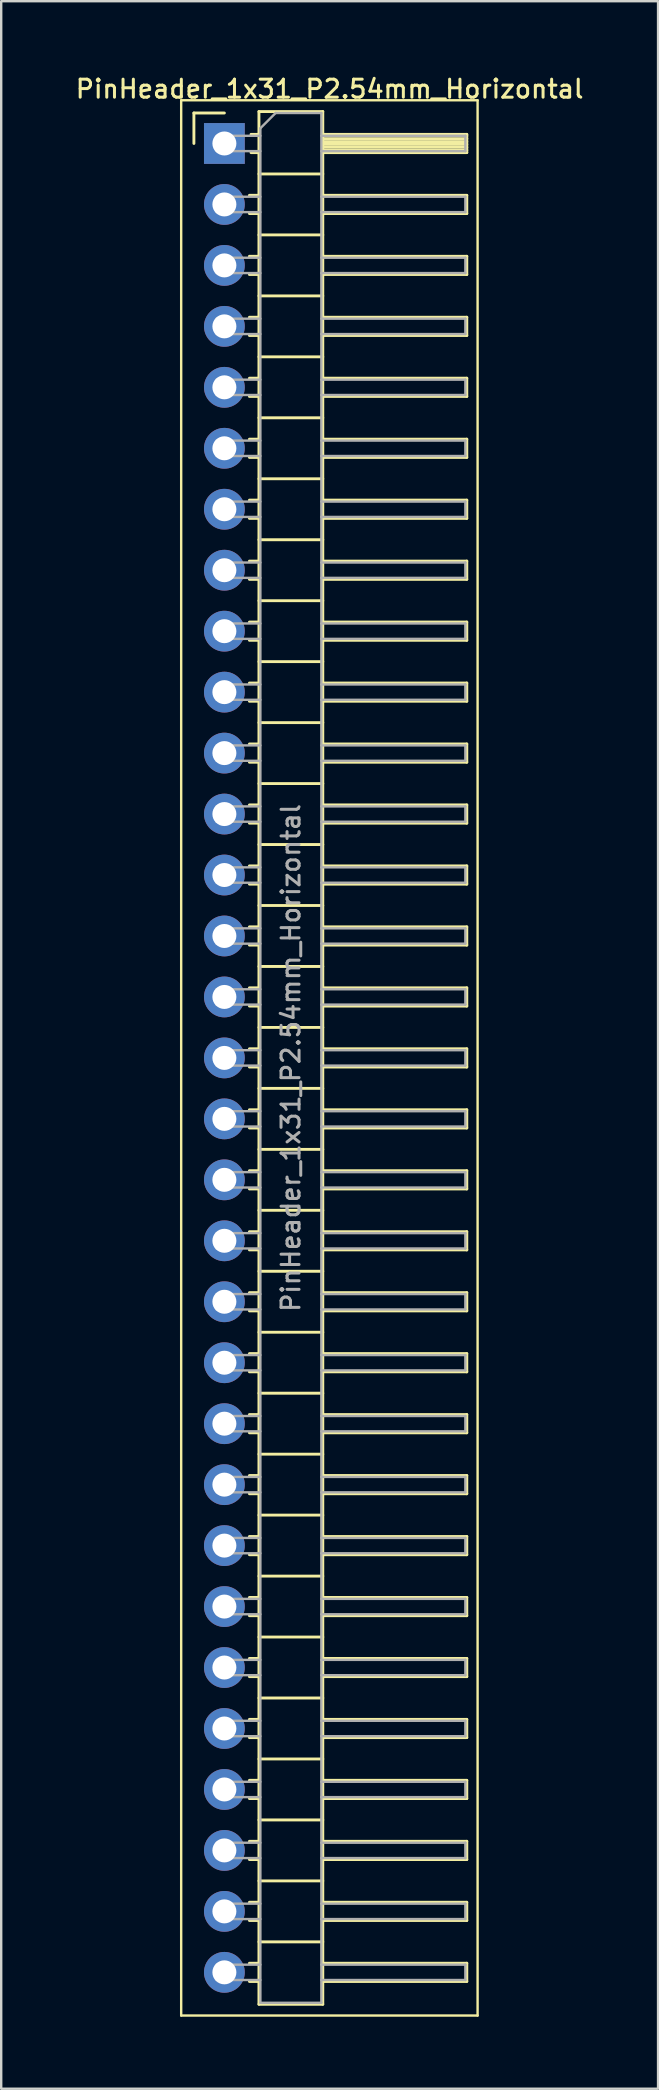
<source format=kicad_pcb>
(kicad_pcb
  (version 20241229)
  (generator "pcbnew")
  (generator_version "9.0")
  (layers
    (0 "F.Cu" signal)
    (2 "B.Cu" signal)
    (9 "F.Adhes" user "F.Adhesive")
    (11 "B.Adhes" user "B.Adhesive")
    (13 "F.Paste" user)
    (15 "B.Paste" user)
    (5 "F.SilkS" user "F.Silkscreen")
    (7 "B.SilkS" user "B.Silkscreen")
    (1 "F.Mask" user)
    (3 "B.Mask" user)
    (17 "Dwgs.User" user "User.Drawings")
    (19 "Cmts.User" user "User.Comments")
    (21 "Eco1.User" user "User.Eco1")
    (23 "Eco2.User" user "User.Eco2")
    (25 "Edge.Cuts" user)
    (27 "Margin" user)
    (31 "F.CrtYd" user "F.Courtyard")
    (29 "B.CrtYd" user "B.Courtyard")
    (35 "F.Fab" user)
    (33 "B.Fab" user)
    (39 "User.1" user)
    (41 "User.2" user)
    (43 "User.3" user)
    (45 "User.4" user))
  (footprint "PinHeader_1x31_P2.54mm_Horizontal"
    (layer "F.Cu")
    (at 6.299 2.928)
    (property "Reference" "PinHeader_1x31_P2.54mm_Horizontal" (at 4.385 -2.27 0) (layer "F.SilkS") (effects (font (size 0.75 0.75) (thickness 0.125))))
    (attr through_hole)
    (fp_line (start -1.8 -1.8) (end -1.8 78) (stroke (width 0.1) (type solid)) (layer "F.SilkS"))
    (fp_line (start -1.8 78) (end 10.55 78) (stroke (width 0.1) (type solid)) (layer "F.SilkS"))
    (fp_line (start -1.27 -1.27) (end 0 -1.27) (stroke (width 0.12) (type solid)) (layer "F.SilkS"))
    (fp_line (start -1.27 0) (end -1.27 -1.27) (stroke (width 0.12) (type solid)) (layer "F.SilkS"))
    (fp_line (start 1.043 2.16) (end 1.44 2.16) (stroke (width 0.12) (type solid)) (layer "F.SilkS"))
    (fp_line (start 1.043 2.92) (end 1.44 2.92) (stroke (width 0.12) (type solid)) (layer "F.SilkS"))
    (fp_line (start 1.043 4.7) (end 1.44 4.7) (stroke (width 0.12) (type solid)) (layer "F.SilkS"))
    (fp_line (start 1.043 5.46) (end 1.44 5.46) (stroke (width 0.12) (type solid)) (layer "F.SilkS"))
    (fp_line (start 1.043 7.24) (end 1.44 7.24) (stroke (width 0.12) (type solid)) (layer "F.SilkS"))
    (fp_line (start 1.043 8) (end 1.44 8) (stroke (width 0.12) (type solid)) (layer "F.SilkS"))
    (fp_line (start 1.043 9.78) (end 1.44 9.78) (stroke (width 0.12) (type solid)) (layer "F.SilkS"))
    (fp_line (start 1.043 10.54) (end 1.44 10.54) (stroke (width 0.12) (type solid)) (layer "F.SilkS"))
    (fp_line (start 1.043 12.32) (end 1.44 12.32) (stroke (width 0.12) (type solid)) (layer "F.SilkS"))
    (fp_line (start 1.043 13.08) (end 1.44 13.08) (stroke (width 0.12) (type solid)) (layer "F.SilkS"))
    (fp_line (start 1.043 14.86) (end 1.44 14.86) (stroke (width 0.12) (type solid)) (layer "F.SilkS"))
    (fp_line (start 1.043 15.62) (end 1.44 15.62) (stroke (width 0.12) (type solid)) (layer "F.SilkS"))
    (fp_line (start 1.043 17.4) (end 1.44 17.4) (stroke (width 0.12) (type solid)) (layer "F.SilkS"))
    (fp_line (start 1.043 18.16) (end 1.44 18.16) (stroke (width 0.12) (type solid)) (layer "F.SilkS"))
    (fp_line (start 1.043 19.94) (end 1.44 19.94) (stroke (width 0.12) (type solid)) (layer "F.SilkS"))
    (fp_line (start 1.043 20.7) (end 1.44 20.7) (stroke (width 0.12) (type solid)) (layer "F.SilkS"))
    (fp_line (start 1.043 22.48) (end 1.44 22.48) (stroke (width 0.12) (type solid)) (layer "F.SilkS"))
    (fp_line (start 1.043 23.24) (end 1.44 23.24) (stroke (width 0.12) (type solid)) (layer "F.SilkS"))
    (fp_line (start 1.043 25.02) (end 1.44 25.02) (stroke (width 0.12) (type solid)) (layer "F.SilkS"))
    (fp_line (start 1.043 25.78) (end 1.44 25.78) (stroke (width 0.12) (type solid)) (layer "F.SilkS"))
    (fp_line (start 1.043 27.56) (end 1.44 27.56) (stroke (width 0.12) (type solid)) (layer "F.SilkS"))
    (fp_line (start 1.043 28.32) (end 1.44 28.32) (stroke (width 0.12) (type solid)) (layer "F.SilkS"))
    (fp_line (start 1.043 30.1) (end 1.44 30.1) (stroke (width 0.12) (type solid)) (layer "F.SilkS"))
    (fp_line (start 1.043 30.86) (end 1.44 30.86) (stroke (width 0.12) (type solid)) (layer "F.SilkS"))
    (fp_line (start 1.043 32.64) (end 1.44 32.64) (stroke (width 0.12) (type solid)) (layer "F.SilkS"))
    (fp_line (start 1.043 33.4) (end 1.44 33.4) (stroke (width 0.12) (type solid)) (layer "F.SilkS"))
    (fp_line (start 1.043 35.18) (end 1.44 35.18) (stroke (width 0.12) (type solid)) (layer "F.SilkS"))
    (fp_line (start 1.043 35.94) (end 1.44 35.94) (stroke (width 0.12) (type solid)) (layer "F.SilkS"))
    (fp_line (start 1.043 37.72) (end 1.44 37.72) (stroke (width 0.12) (type solid)) (layer "F.SilkS"))
    (fp_line (start 1.043 38.48) (end 1.44 38.48) (stroke (width 0.12) (type solid)) (layer "F.SilkS"))
    (fp_line (start 1.043 40.26) (end 1.44 40.26) (stroke (width 0.12) (type solid)) (layer "F.SilkS"))
    (fp_line (start 1.043 41.02) (end 1.44 41.02) (stroke (width 0.12) (type solid)) (layer "F.SilkS"))
    (fp_line (start 1.043 42.8) (end 1.44 42.8) (stroke (width 0.12) (type solid)) (layer "F.SilkS"))
    (fp_line (start 1.043 43.56) (end 1.44 43.56) (stroke (width 0.12) (type solid)) (layer "F.SilkS"))
    (fp_line (start 1.043 45.34) (end 1.44 45.34) (stroke (width 0.12) (type solid)) (layer "F.SilkS"))
    (fp_line (start 1.043 46.1) (end 1.44 46.1) (stroke (width 0.12) (type solid)) (layer "F.SilkS"))
    (fp_line (start 1.043 47.88) (end 1.44 47.88) (stroke (width 0.12) (type solid)) (layer "F.SilkS"))
    (fp_line (start 1.043 48.64) (end 1.44 48.64) (stroke (width 0.12) (type solid)) (layer "F.SilkS"))
    (fp_line (start 1.043 50.42) (end 1.44 50.42) (stroke (width 0.12) (type solid)) (layer "F.SilkS"))
    (fp_line (start 1.043 51.18) (end 1.44 51.18) (stroke (width 0.12) (type solid)) (layer "F.SilkS"))
    (fp_line (start 1.043 52.96) (end 1.44 52.96) (stroke (width 0.12) (type solid)) (layer "F.SilkS"))
    (fp_line (start 1.043 53.72) (end 1.44 53.72) (stroke (width 0.12) (type solid)) (layer "F.SilkS"))
    (fp_line (start 1.043 55.5) (end 1.44 55.5) (stroke (width 0.12) (type solid)) (layer "F.SilkS"))
    (fp_line (start 1.043 56.26) (end 1.44 56.26) (stroke (width 0.12) (type solid)) (layer "F.SilkS"))
    (fp_line (start 1.043 58.04) (end 1.44 58.04) (stroke (width 0.12) (type solid)) (layer "F.SilkS"))
    (fp_line (start 1.043 58.8) (end 1.44 58.8) (stroke (width 0.12) (type solid)) (layer "F.SilkS"))
    (fp_line (start 1.043 60.58) (end 1.44 60.58) (stroke (width 0.12) (type solid)) (layer "F.SilkS"))
    (fp_line (start 1.043 61.34) (end 1.44 61.34) (stroke (width 0.12) (type solid)) (layer "F.SilkS"))
    (fp_line (start 1.043 63.12) (end 1.44 63.12) (stroke (width 0.12) (type solid)) (layer "F.SilkS"))
    (fp_line (start 1.043 63.88) (end 1.44 63.88) (stroke (width 0.12) (type solid)) (layer "F.SilkS"))
    (fp_line (start 1.043 65.66) (end 1.44 65.66) (stroke (width 0.12) (type solid)) (layer "F.SilkS"))
    (fp_line (start 1.043 66.42) (end 1.44 66.42) (stroke (width 0.12) (type solid)) (layer "F.SilkS"))
    (fp_line (start 1.043 68.2) (end 1.44 68.2) (stroke (width 0.12) (type solid)) (layer "F.SilkS"))
    (fp_line (start 1.043 68.96) (end 1.44 68.96) (stroke (width 0.12) (type solid)) (layer "F.SilkS"))
    (fp_line (start 1.043 70.74) (end 1.44 70.74) (stroke (width 0.12) (type solid)) (layer "F.SilkS"))
    (fp_line (start 1.043 71.5) (end 1.44 71.5) (stroke (width 0.12) (type solid)) (layer "F.SilkS"))
    (fp_line (start 1.043 73.28) (end 1.44 73.28) (stroke (width 0.12) (type solid)) (layer "F.SilkS"))
    (fp_line (start 1.043 74.04) (end 1.44 74.04) (stroke (width 0.12) (type solid)) (layer "F.SilkS"))
    (fp_line (start 1.043 75.82) (end 1.44 75.82) (stroke (width 0.12) (type solid)) (layer "F.SilkS"))
    (fp_line (start 1.043 76.58) (end 1.44 76.58) (stroke (width 0.12) (type solid)) (layer "F.SilkS"))
    (fp_line (start 1.11 -0.38) (end 1.44 -0.38) (stroke (width 0.12) (type solid)) (layer "F.SilkS"))
    (fp_line (start 1.11 0.38) (end 1.44 0.38) (stroke (width 0.12) (type solid)) (layer "F.SilkS"))
    (fp_line (start 1.44 -1.33) (end 1.44 77.53) (stroke (width 0.12) (type solid)) (layer "F.SilkS"))
    (fp_line (start 1.44 1.27) (end 4.1 1.27) (stroke (width 0.12) (type solid)) (layer "F.SilkS"))
    (fp_line (start 1.44 3.81) (end 4.1 3.81) (stroke (width 0.12) (type solid)) (layer "F.SilkS"))
    (fp_line (start 1.44 6.35) (end 4.1 6.35) (stroke (width 0.12) (type solid)) (layer "F.SilkS"))
    (fp_line (start 1.44 8.89) (end 4.1 8.89) (stroke (width 0.12) (type solid)) (layer "F.SilkS"))
    (fp_line (start 1.44 11.43) (end 4.1 11.43) (stroke (width 0.12) (type solid)) (layer "F.SilkS"))
    (fp_line (start 1.44 13.97) (end 4.1 13.97) (stroke (width 0.12) (type solid)) (layer "F.SilkS"))
    (fp_line (start 1.44 16.51) (end 4.1 16.51) (stroke (width 0.12) (type solid)) (layer "F.SilkS"))
    (fp_line (start 1.44 19.05) (end 4.1 19.05) (stroke (width 0.12) (type solid)) (layer "F.SilkS"))
    (fp_line (start 1.44 21.59) (end 4.1 21.59) (stroke (width 0.12) (type solid)) (layer "F.SilkS"))
    (fp_line (start 1.44 24.13) (end 4.1 24.13) (stroke (width 0.12) (type solid)) (layer "F.SilkS"))
    (fp_line (start 1.44 26.67) (end 4.1 26.67) (stroke (width 0.12) (type solid)) (layer "F.SilkS"))
    (fp_line (start 1.44 29.21) (end 4.1 29.21) (stroke (width 0.12) (type solid)) (layer "F.SilkS"))
    (fp_line (start 1.44 31.75) (end 4.1 31.75) (stroke (width 0.12) (type solid)) (layer "F.SilkS"))
    (fp_line (start 1.44 34.29) (end 4.1 34.29) (stroke (width 0.12) (type solid)) (layer "F.SilkS"))
    (fp_line (start 1.44 36.83) (end 4.1 36.83) (stroke (width 0.12) (type solid)) (layer "F.SilkS"))
    (fp_line (start 1.44 39.37) (end 4.1 39.37) (stroke (width 0.12) (type solid)) (layer "F.SilkS"))
    (fp_line (start 1.44 41.91) (end 4.1 41.91) (stroke (width 0.12) (type solid)) (layer "F.SilkS"))
    (fp_line (start 1.44 44.45) (end 4.1 44.45) (stroke (width 0.12) (type solid)) (layer "F.SilkS"))
    (fp_line (start 1.44 46.99) (end 4.1 46.99) (stroke (width 0.12) (type solid)) (layer "F.SilkS"))
    (fp_line (start 1.44 49.53) (end 4.1 49.53) (stroke (width 0.12) (type solid)) (layer "F.SilkS"))
    (fp_line (start 1.44 52.07) (end 4.1 52.07) (stroke (width 0.12) (type solid)) (layer "F.SilkS"))
    (fp_line (start 1.44 54.61) (end 4.1 54.61) (stroke (width 0.12) (type solid)) (layer "F.SilkS"))
    (fp_line (start 1.44 57.15) (end 4.1 57.15) (stroke (width 0.12) (type solid)) (layer "F.SilkS"))
    (fp_line (start 1.44 59.69) (end 4.1 59.69) (stroke (width 0.12) (type solid)) (layer "F.SilkS"))
    (fp_line (start 1.44 62.23) (end 4.1 62.23) (stroke (width 0.12) (type solid)) (layer "F.SilkS"))
    (fp_line (start 1.44 64.77) (end 4.1 64.77) (stroke (width 0.12) (type solid)) (layer "F.SilkS"))
    (fp_line (start 1.44 67.31) (end 4.1 67.31) (stroke (width 0.12) (type solid)) (layer "F.SilkS"))
    (fp_line (start 1.44 69.85) (end 4.1 69.85) (stroke (width 0.12) (type solid)) (layer "F.SilkS"))
    (fp_line (start 1.44 72.39) (end 4.1 72.39) (stroke (width 0.12) (type solid)) (layer "F.SilkS"))
    (fp_line (start 1.44 74.93) (end 4.1 74.93) (stroke (width 0.12) (type solid)) (layer "F.SilkS"))
    (fp_line (start 1.44 77.53) (end 4.1 77.53) (stroke (width 0.12) (type solid)) (layer "F.SilkS"))
    (fp_line (start 4.1 -1.33) (end 1.44 -1.33) (stroke (width 0.12) (type solid)) (layer "F.SilkS"))
    (fp_line (start 4.1 -0.38) (end 10.1 -0.38) (stroke (width 0.12) (type solid)) (layer "F.SilkS"))
    (fp_line (start 4.1 -0.32) (end 10.1 -0.32) (stroke (width 0.12) (type solid)) (layer "F.SilkS"))
    (fp_line (start 4.1 -0.2) (end 10.1 -0.2) (stroke (width 0.12) (type solid)) (layer "F.SilkS"))
    (fp_line (start 4.1 -0.08) (end 10.1 -0.08) (stroke (width 0.12) (type solid)) (layer "F.SilkS"))
    (fp_line (start 4.1 0.04) (end 10.1 0.04) (stroke (width 0.12) (type solid)) (layer "F.SilkS"))
    (fp_line (start 4.1 0.16) (end 10.1 0.16) (stroke (width 0.12) (type solid)) (layer "F.SilkS"))
    (fp_line (start 4.1 0.28) (end 10.1 0.28) (stroke (width 0.12) (type solid)) (layer "F.SilkS"))
    (fp_line (start 4.1 2.16) (end 10.1 2.16) (stroke (width 0.12) (type solid)) (layer "F.SilkS"))
    (fp_line (start 4.1 4.7) (end 10.1 4.7) (stroke (width 0.12) (type solid)) (layer "F.SilkS"))
    (fp_line (start 4.1 7.24) (end 10.1 7.24) (stroke (width 0.12) (type solid)) (layer "F.SilkS"))
    (fp_line (start 4.1 9.78) (end 10.1 9.78) (stroke (width 0.12) (type solid)) (layer "F.SilkS"))
    (fp_line (start 4.1 12.32) (end 10.1 12.32) (stroke (width 0.12) (type solid)) (layer "F.SilkS"))
    (fp_line (start 4.1 14.86) (end 10.1 14.86) (stroke (width 0.12) (type solid)) (layer "F.SilkS"))
    (fp_line (start 4.1 17.4) (end 10.1 17.4) (stroke (width 0.12) (type solid)) (layer "F.SilkS"))
    (fp_line (start 4.1 19.94) (end 10.1 19.94) (stroke (width 0.12) (type solid)) (layer "F.SilkS"))
    (fp_line (start 4.1 22.48) (end 10.1 22.48) (stroke (width 0.12) (type solid)) (layer "F.SilkS"))
    (fp_line (start 4.1 25.02) (end 10.1 25.02) (stroke (width 0.12) (type solid)) (layer "F.SilkS"))
    (fp_line (start 4.1 27.56) (end 10.1 27.56) (stroke (width 0.12) (type solid)) (layer "F.SilkS"))
    (fp_line (start 4.1 30.1) (end 10.1 30.1) (stroke (width 0.12) (type solid)) (layer "F.SilkS"))
    (fp_line (start 4.1 32.64) (end 10.1 32.64) (stroke (width 0.12) (type solid)) (layer "F.SilkS"))
    (fp_line (start 4.1 35.18) (end 10.1 35.18) (stroke (width 0.12) (type solid)) (layer "F.SilkS"))
    (fp_line (start 4.1 37.72) (end 10.1 37.72) (stroke (width 0.12) (type solid)) (layer "F.SilkS"))
    (fp_line (start 4.1 40.26) (end 10.1 40.26) (stroke (width 0.12) (type solid)) (layer "F.SilkS"))
    (fp_line (start 4.1 42.8) (end 10.1 42.8) (stroke (width 0.12) (type solid)) (layer "F.SilkS"))
    (fp_line (start 4.1 45.34) (end 10.1 45.34) (stroke (width 0.12) (type solid)) (layer "F.SilkS"))
    (fp_line (start 4.1 47.88) (end 10.1 47.88) (stroke (width 0.12) (type solid)) (layer "F.SilkS"))
    (fp_line (start 4.1 50.42) (end 10.1 50.42) (stroke (width 0.12) (type solid)) (layer "F.SilkS"))
    (fp_line (start 4.1 52.96) (end 10.1 52.96) (stroke (width 0.12) (type solid)) (layer "F.SilkS"))
    (fp_line (start 4.1 55.5) (end 10.1 55.5) (stroke (width 0.12) (type solid)) (layer "F.SilkS"))
    (fp_line (start 4.1 58.04) (end 10.1 58.04) (stroke (width 0.12) (type solid)) (layer "F.SilkS"))
    (fp_line (start 4.1 60.58) (end 10.1 60.58) (stroke (width 0.12) (type solid)) (layer "F.SilkS"))
    (fp_line (start 4.1 63.12) (end 10.1 63.12) (stroke (width 0.12) (type solid)) (layer "F.SilkS"))
    (fp_line (start 4.1 65.66) (end 10.1 65.66) (stroke (width 0.12) (type solid)) (layer "F.SilkS"))
    (fp_line (start 4.1 68.2) (end 10.1 68.2) (stroke (width 0.12) (type solid)) (layer "F.SilkS"))
    (fp_line (start 4.1 70.74) (end 10.1 70.74) (stroke (width 0.12) (type solid)) (layer "F.SilkS"))
    (fp_line (start 4.1 73.28) (end 10.1 73.28) (stroke (width 0.12) (type solid)) (layer "F.SilkS"))
    (fp_line (start 4.1 75.82) (end 10.1 75.82) (stroke (width 0.12) (type solid)) (layer "F.SilkS"))
    (fp_line (start 4.1 77.53) (end 4.1 -1.33) (stroke (width 0.12) (type solid)) (layer "F.SilkS"))
    (fp_line (start 10.1 -0.38) (end 10.1 0.38) (stroke (width 0.12) (type solid)) (layer "F.SilkS"))
    (fp_line (start 10.1 0.38) (end 4.1 0.38) (stroke (width 0.12) (type solid)) (layer "F.SilkS"))
    (fp_line (start 10.1 2.16) (end 10.1 2.92) (stroke (width 0.12) (type solid)) (layer "F.SilkS"))
    (fp_line (start 10.1 2.92) (end 4.1 2.92) (stroke (width 0.12) (type solid)) (layer "F.SilkS"))
    (fp_line (start 10.1 4.7) (end 10.1 5.46) (stroke (width 0.12) (type solid)) (layer "F.SilkS"))
    (fp_line (start 10.1 5.46) (end 4.1 5.46) (stroke (width 0.12) (type solid)) (layer "F.SilkS"))
    (fp_line (start 10.1 7.24) (end 10.1 8) (stroke (width 0.12) (type solid)) (layer "F.SilkS"))
    (fp_line (start 10.1 8) (end 4.1 8) (stroke (width 0.12) (type solid)) (layer "F.SilkS"))
    (fp_line (start 10.1 9.78) (end 10.1 10.54) (stroke (width 0.12) (type solid)) (layer "F.SilkS"))
    (fp_line (start 10.1 10.54) (end 4.1 10.54) (stroke (width 0.12) (type solid)) (layer "F.SilkS"))
    (fp_line (start 10.1 12.32) (end 10.1 13.08) (stroke (width 0.12) (type solid)) (layer "F.SilkS"))
    (fp_line (start 10.1 13.08) (end 4.1 13.08) (stroke (width 0.12) (type solid)) (layer "F.SilkS"))
    (fp_line (start 10.1 14.86) (end 10.1 15.62) (stroke (width 0.12) (type solid)) (layer "F.SilkS"))
    (fp_line (start 10.1 15.62) (end 4.1 15.62) (stroke (width 0.12) (type solid)) (layer "F.SilkS"))
    (fp_line (start 10.1 17.4) (end 10.1 18.16) (stroke (width 0.12) (type solid)) (layer "F.SilkS"))
    (fp_line (start 10.1 18.16) (end 4.1 18.16) (stroke (width 0.12) (type solid)) (layer "F.SilkS"))
    (fp_line (start 10.1 19.94) (end 10.1 20.7) (stroke (width 0.12) (type solid)) (layer "F.SilkS"))
    (fp_line (start 10.1 20.7) (end 4.1 20.7) (stroke (width 0.12) (type solid)) (layer "F.SilkS"))
    (fp_line (start 10.1 22.48) (end 10.1 23.24) (stroke (width 0.12) (type solid)) (layer "F.SilkS"))
    (fp_line (start 10.1 23.24) (end 4.1 23.24) (stroke (width 0.12) (type solid)) (layer "F.SilkS"))
    (fp_line (start 10.1 25.02) (end 10.1 25.78) (stroke (width 0.12) (type solid)) (layer "F.SilkS"))
    (fp_line (start 10.1 25.78) (end 4.1 25.78) (stroke (width 0.12) (type solid)) (layer "F.SilkS"))
    (fp_line (start 10.1 27.56) (end 10.1 28.32) (stroke (width 0.12) (type solid)) (layer "F.SilkS"))
    (fp_line (start 10.1 28.32) (end 4.1 28.32) (stroke (width 0.12) (type solid)) (layer "F.SilkS"))
    (fp_line (start 10.1 30.1) (end 10.1 30.86) (stroke (width 0.12) (type solid)) (layer "F.SilkS"))
    (fp_line (start 10.1 30.86) (end 4.1 30.86) (stroke (width 0.12) (type solid)) (layer "F.SilkS"))
    (fp_line (start 10.1 32.64) (end 10.1 33.4) (stroke (width 0.12) (type solid)) (layer "F.SilkS"))
    (fp_line (start 10.1 33.4) (end 4.1 33.4) (stroke (width 0.12) (type solid)) (layer "F.SilkS"))
    (fp_line (start 10.1 35.18) (end 10.1 35.94) (stroke (width 0.12) (type solid)) (layer "F.SilkS"))
    (fp_line (start 10.1 35.94) (end 4.1 35.94) (stroke (width 0.12) (type solid)) (layer "F.SilkS"))
    (fp_line (start 10.1 37.72) (end 10.1 38.48) (stroke (width 0.12) (type solid)) (layer "F.SilkS"))
    (fp_line (start 10.1 38.48) (end 4.1 38.48) (stroke (width 0.12) (type solid)) (layer "F.SilkS"))
    (fp_line (start 10.1 40.26) (end 10.1 41.02) (stroke (width 0.12) (type solid)) (layer "F.SilkS"))
    (fp_line (start 10.1 41.02) (end 4.1 41.02) (stroke (width 0.12) (type solid)) (layer "F.SilkS"))
    (fp_line (start 10.1 42.8) (end 10.1 43.56) (stroke (width 0.12) (type solid)) (layer "F.SilkS"))
    (fp_line (start 10.1 43.56) (end 4.1 43.56) (stroke (width 0.12) (type solid)) (layer "F.SilkS"))
    (fp_line (start 10.1 45.34) (end 10.1 46.1) (stroke (width 0.12) (type solid)) (layer "F.SilkS"))
    (fp_line (start 10.1 46.1) (end 4.1 46.1) (stroke (width 0.12) (type solid)) (layer "F.SilkS"))
    (fp_line (start 10.1 47.88) (end 10.1 48.64) (stroke (width 0.12) (type solid)) (layer "F.SilkS"))
    (fp_line (start 10.1 48.64) (end 4.1 48.64) (stroke (width 0.12) (type solid)) (layer "F.SilkS"))
    (fp_line (start 10.1 50.42) (end 10.1 51.18) (stroke (width 0.12) (type solid)) (layer "F.SilkS"))
    (fp_line (start 10.1 51.18) (end 4.1 51.18) (stroke (width 0.12) (type solid)) (layer "F.SilkS"))
    (fp_line (start 10.1 52.96) (end 10.1 53.72) (stroke (width 0.12) (type solid)) (layer "F.SilkS"))
    (fp_line (start 10.1 53.72) (end 4.1 53.72) (stroke (width 0.12) (type solid)) (layer "F.SilkS"))
    (fp_line (start 10.1 55.5) (end 10.1 56.26) (stroke (width 0.12) (type solid)) (layer "F.SilkS"))
    (fp_line (start 10.1 56.26) (end 4.1 56.26) (stroke (width 0.12) (type solid)) (layer "F.SilkS"))
    (fp_line (start 10.1 58.04) (end 10.1 58.8) (stroke (width 0.12) (type solid)) (layer "F.SilkS"))
    (fp_line (start 10.1 58.8) (end 4.1 58.8) (stroke (width 0.12) (type solid)) (layer "F.SilkS"))
    (fp_line (start 10.1 60.58) (end 10.1 61.34) (stroke (width 0.12) (type solid)) (layer "F.SilkS"))
    (fp_line (start 10.1 61.34) (end 4.1 61.34) (stroke (width 0.12) (type solid)) (layer "F.SilkS"))
    (fp_line (start 10.1 63.12) (end 10.1 63.88) (stroke (width 0.12) (type solid)) (layer "F.SilkS"))
    (fp_line (start 10.1 63.88) (end 4.1 63.88) (stroke (width 0.12) (type solid)) (layer "F.SilkS"))
    (fp_line (start 10.1 65.66) (end 10.1 66.42) (stroke (width 0.12) (type solid)) (layer "F.SilkS"))
    (fp_line (start 10.1 66.42) (end 4.1 66.42) (stroke (width 0.12) (type solid)) (layer "F.SilkS"))
    (fp_line (start 10.1 68.2) (end 10.1 68.96) (stroke (width 0.12) (type solid)) (layer "F.SilkS"))
    (fp_line (start 10.1 68.96) (end 4.1 68.96) (stroke (width 0.12) (type solid)) (layer "F.SilkS"))
    (fp_line (start 10.1 70.74) (end 10.1 71.5) (stroke (width 0.12) (type solid)) (layer "F.SilkS"))
    (fp_line (start 10.1 71.5) (end 4.1 71.5) (stroke (width 0.12) (type solid)) (layer "F.SilkS"))
    (fp_line (start 10.1 73.28) (end 10.1 74.04) (stroke (width 0.12) (type solid)) (layer "F.SilkS"))
    (fp_line (start 10.1 74.04) (end 4.1 74.04) (stroke (width 0.12) (type solid)) (layer "F.SilkS"))
    (fp_line (start 10.1 75.82) (end 10.1 76.58) (stroke (width 0.12) (type solid)) (layer "F.SilkS"))
    (fp_line (start 10.1 76.58) (end 4.1 76.58) (stroke (width 0.12) (type solid)) (layer "F.SilkS"))
    (fp_line (start 10.55 -1.8) (end -1.8 -1.8) (stroke (width 0.1) (type solid)) (layer "F.SilkS"))
    (fp_line (start 10.55 78) (end 10.55 -1.8) (stroke (width 0.1) (type solid)) (layer "F.SilkS"))
    (fp_line (start -0.32 -0.32) (end -0.32 0.32) (stroke (width 0.1) (type solid)) (layer "F.Fab"))
    (fp_line (start -0.32 -0.32) (end 1.5 -0.32) (stroke (width 0.1) (type solid)) (layer "F.Fab"))
    (fp_line (start -0.32 0.32) (end 1.5 0.32) (stroke (width 0.1) (type solid)) (layer "F.Fab"))
    (fp_line (start -0.32 2.22) (end -0.32 2.86) (stroke (width 0.1) (type solid)) (layer "F.Fab"))
    (fp_line (start -0.32 2.22) (end 1.5 2.22) (stroke (width 0.1) (type solid)) (layer "F.Fab"))
    (fp_line (start -0.32 2.86) (end 1.5 2.86) (stroke (width 0.1) (type solid)) (layer "F.Fab"))
    (fp_line (start -0.32 4.76) (end -0.32 5.4) (stroke (width 0.1) (type solid)) (layer "F.Fab"))
    (fp_line (start -0.32 4.76) (end 1.5 4.76) (stroke (width 0.1) (type solid)) (layer "F.Fab"))
    (fp_line (start -0.32 5.4) (end 1.5 5.4) (stroke (width 0.1) (type solid)) (layer "F.Fab"))
    (fp_line (start -0.32 7.3) (end -0.32 7.94) (stroke (width 0.1) (type solid)) (layer "F.Fab"))
    (fp_line (start -0.32 7.3) (end 1.5 7.3) (stroke (width 0.1) (type solid)) (layer "F.Fab"))
    (fp_line (start -0.32 7.94) (end 1.5 7.94) (stroke (width 0.1) (type solid)) (layer "F.Fab"))
    (fp_line (start -0.32 9.84) (end -0.32 10.48) (stroke (width 0.1) (type solid)) (layer "F.Fab"))
    (fp_line (start -0.32 9.84) (end 1.5 9.84) (stroke (width 0.1) (type solid)) (layer "F.Fab"))
    (fp_line (start -0.32 10.48) (end 1.5 10.48) (stroke (width 0.1) (type solid)) (layer "F.Fab"))
    (fp_line (start -0.32 12.38) (end -0.32 13.02) (stroke (width 0.1) (type solid)) (layer "F.Fab"))
    (fp_line (start -0.32 12.38) (end 1.5 12.38) (stroke (width 0.1) (type solid)) (layer "F.Fab"))
    (fp_line (start -0.32 13.02) (end 1.5 13.02) (stroke (width 0.1) (type solid)) (layer "F.Fab"))
    (fp_line (start -0.32 14.92) (end -0.32 15.56) (stroke (width 0.1) (type solid)) (layer "F.Fab"))
    (fp_line (start -0.32 14.92) (end 1.5 14.92) (stroke (width 0.1) (type solid)) (layer "F.Fab"))
    (fp_line (start -0.32 15.56) (end 1.5 15.56) (stroke (width 0.1) (type solid)) (layer "F.Fab"))
    (fp_line (start -0.32 17.46) (end -0.32 18.1) (stroke (width 0.1) (type solid)) (layer "F.Fab"))
    (fp_line (start -0.32 17.46) (end 1.5 17.46) (stroke (width 0.1) (type solid)) (layer "F.Fab"))
    (fp_line (start -0.32 18.1) (end 1.5 18.1) (stroke (width 0.1) (type solid)) (layer "F.Fab"))
    (fp_line (start -0.32 20) (end -0.32 20.64) (stroke (width 0.1) (type solid)) (layer "F.Fab"))
    (fp_line (start -0.32 20) (end 1.5 20) (stroke (width 0.1) (type solid)) (layer "F.Fab"))
    (fp_line (start -0.32 20.64) (end 1.5 20.64) (stroke (width 0.1) (type solid)) (layer "F.Fab"))
    (fp_line (start -0.32 22.54) (end -0.32 23.18) (stroke (width 0.1) (type solid)) (layer "F.Fab"))
    (fp_line (start -0.32 22.54) (end 1.5 22.54) (stroke (width 0.1) (type solid)) (layer "F.Fab"))
    (fp_line (start -0.32 23.18) (end 1.5 23.18) (stroke (width 0.1) (type solid)) (layer "F.Fab"))
    (fp_line (start -0.32 25.08) (end -0.32 25.72) (stroke (width 0.1) (type solid)) (layer "F.Fab"))
    (fp_line (start -0.32 25.08) (end 1.5 25.08) (stroke (width 0.1) (type solid)) (layer "F.Fab"))
    (fp_line (start -0.32 25.72) (end 1.5 25.72) (stroke (width 0.1) (type solid)) (layer "F.Fab"))
    (fp_line (start -0.32 27.62) (end -0.32 28.26) (stroke (width 0.1) (type solid)) (layer "F.Fab"))
    (fp_line (start -0.32 27.62) (end 1.5 27.62) (stroke (width 0.1) (type solid)) (layer "F.Fab"))
    (fp_line (start -0.32 28.26) (end 1.5 28.26) (stroke (width 0.1) (type solid)) (layer "F.Fab"))
    (fp_line (start -0.32 30.16) (end -0.32 30.8) (stroke (width 0.1) (type solid)) (layer "F.Fab"))
    (fp_line (start -0.32 30.16) (end 1.5 30.16) (stroke (width 0.1) (type solid)) (layer "F.Fab"))
    (fp_line (start -0.32 30.8) (end 1.5 30.8) (stroke (width 0.1) (type solid)) (layer "F.Fab"))
    (fp_line (start -0.32 32.7) (end -0.32 33.34) (stroke (width 0.1) (type solid)) (layer "F.Fab"))
    (fp_line (start -0.32 32.7) (end 1.5 32.7) (stroke (width 0.1) (type solid)) (layer "F.Fab"))
    (fp_line (start -0.32 33.34) (end 1.5 33.34) (stroke (width 0.1) (type solid)) (layer "F.Fab"))
    (fp_line (start -0.32 35.24) (end -0.32 35.88) (stroke (width 0.1) (type solid)) (layer "F.Fab"))
    (fp_line (start -0.32 35.24) (end 1.5 35.24) (stroke (width 0.1) (type solid)) (layer "F.Fab"))
    (fp_line (start -0.32 35.88) (end 1.5 35.88) (stroke (width 0.1) (type solid)) (layer "F.Fab"))
    (fp_line (start -0.32 37.78) (end -0.32 38.42) (stroke (width 0.1) (type solid)) (layer "F.Fab"))
    (fp_line (start -0.32 37.78) (end 1.5 37.78) (stroke (width 0.1) (type solid)) (layer "F.Fab"))
    (fp_line (start -0.32 38.42) (end 1.5 38.42) (stroke (width 0.1) (type solid)) (layer "F.Fab"))
    (fp_line (start -0.32 40.32) (end -0.32 40.96) (stroke (width 0.1) (type solid)) (layer "F.Fab"))
    (fp_line (start -0.32 40.32) (end 1.5 40.32) (stroke (width 0.1) (type solid)) (layer "F.Fab"))
    (fp_line (start -0.32 40.96) (end 1.5 40.96) (stroke (width 0.1) (type solid)) (layer "F.Fab"))
    (fp_line (start -0.32 42.86) (end -0.32 43.5) (stroke (width 0.1) (type solid)) (layer "F.Fab"))
    (fp_line (start -0.32 42.86) (end 1.5 42.86) (stroke (width 0.1) (type solid)) (layer "F.Fab"))
    (fp_line (start -0.32 43.5) (end 1.5 43.5) (stroke (width 0.1) (type solid)) (layer "F.Fab"))
    (fp_line (start -0.32 45.4) (end -0.32 46.04) (stroke (width 0.1) (type solid)) (layer "F.Fab"))
    (fp_line (start -0.32 45.4) (end 1.5 45.4) (stroke (width 0.1) (type solid)) (layer "F.Fab"))
    (fp_line (start -0.32 46.04) (end 1.5 46.04) (stroke (width 0.1) (type solid)) (layer "F.Fab"))
    (fp_line (start -0.32 47.94) (end -0.32 48.58) (stroke (width 0.1) (type solid)) (layer "F.Fab"))
    (fp_line (start -0.32 47.94) (end 1.5 47.94) (stroke (width 0.1) (type solid)) (layer "F.Fab"))
    (fp_line (start -0.32 48.58) (end 1.5 48.58) (stroke (width 0.1) (type solid)) (layer "F.Fab"))
    (fp_line (start -0.32 50.48) (end -0.32 51.12) (stroke (width 0.1) (type solid)) (layer "F.Fab"))
    (fp_line (start -0.32 50.48) (end 1.5 50.48) (stroke (width 0.1) (type solid)) (layer "F.Fab"))
    (fp_line (start -0.32 51.12) (end 1.5 51.12) (stroke (width 0.1) (type solid)) (layer "F.Fab"))
    (fp_line (start -0.32 53.02) (end -0.32 53.66) (stroke (width 0.1) (type solid)) (layer "F.Fab"))
    (fp_line (start -0.32 53.02) (end 1.5 53.02) (stroke (width 0.1) (type solid)) (layer "F.Fab"))
    (fp_line (start -0.32 53.66) (end 1.5 53.66) (stroke (width 0.1) (type solid)) (layer "F.Fab"))
    (fp_line (start -0.32 55.56) (end -0.32 56.2) (stroke (width 0.1) (type solid)) (layer "F.Fab"))
    (fp_line (start -0.32 55.56) (end 1.5 55.56) (stroke (width 0.1) (type solid)) (layer "F.Fab"))
    (fp_line (start -0.32 56.2) (end 1.5 56.2) (stroke (width 0.1) (type solid)) (layer "F.Fab"))
    (fp_line (start -0.32 58.1) (end -0.32 58.74) (stroke (width 0.1) (type solid)) (layer "F.Fab"))
    (fp_line (start -0.32 58.1) (end 1.5 58.1) (stroke (width 0.1) (type solid)) (layer "F.Fab"))
    (fp_line (start -0.32 58.74) (end 1.5 58.74) (stroke (width 0.1) (type solid)) (layer "F.Fab"))
    (fp_line (start -0.32 60.64) (end -0.32 61.28) (stroke (width 0.1) (type solid)) (layer "F.Fab"))
    (fp_line (start -0.32 60.64) (end 1.5 60.64) (stroke (width 0.1) (type solid)) (layer "F.Fab"))
    (fp_line (start -0.32 61.28) (end 1.5 61.28) (stroke (width 0.1) (type solid)) (layer "F.Fab"))
    (fp_line (start -0.32 63.18) (end -0.32 63.82) (stroke (width 0.1) (type solid)) (layer "F.Fab"))
    (fp_line (start -0.32 63.18) (end 1.5 63.18) (stroke (width 0.1) (type solid)) (layer "F.Fab"))
    (fp_line (start -0.32 63.82) (end 1.5 63.82) (stroke (width 0.1) (type solid)) (layer "F.Fab"))
    (fp_line (start -0.32 65.72) (end -0.32 66.36) (stroke (width 0.1) (type solid)) (layer "F.Fab"))
    (fp_line (start -0.32 65.72) (end 1.5 65.72) (stroke (width 0.1) (type solid)) (layer "F.Fab"))
    (fp_line (start -0.32 66.36) (end 1.5 66.36) (stroke (width 0.1) (type solid)) (layer "F.Fab"))
    (fp_line (start -0.32 68.26) (end -0.32 68.9) (stroke (width 0.1) (type solid)) (layer "F.Fab"))
    (fp_line (start -0.32 68.26) (end 1.5 68.26) (stroke (width 0.1) (type solid)) (layer "F.Fab"))
    (fp_line (start -0.32 68.9) (end 1.5 68.9) (stroke (width 0.1) (type solid)) (layer "F.Fab"))
    (fp_line (start -0.32 70.8) (end -0.32 71.44) (stroke (width 0.1) (type solid)) (layer "F.Fab"))
    (fp_line (start -0.32 70.8) (end 1.5 70.8) (stroke (width 0.1) (type solid)) (layer "F.Fab"))
    (fp_line (start -0.32 71.44) (end 1.5 71.44) (stroke (width 0.1) (type solid)) (layer "F.Fab"))
    (fp_line (start -0.32 73.34) (end -0.32 73.98) (stroke (width 0.1) (type solid)) (layer "F.Fab"))
    (fp_line (start -0.32 73.34) (end 1.5 73.34) (stroke (width 0.1) (type solid)) (layer "F.Fab"))
    (fp_line (start -0.32 73.98) (end 1.5 73.98) (stroke (width 0.1) (type solid)) (layer "F.Fab"))
    (fp_line (start -0.32 75.88) (end -0.32 76.52) (stroke (width 0.1) (type solid)) (layer "F.Fab"))
    (fp_line (start -0.32 75.88) (end 1.5 75.88) (stroke (width 0.1) (type solid)) (layer "F.Fab"))
    (fp_line (start -0.32 76.52) (end 1.5 76.52) (stroke (width 0.1) (type solid)) (layer "F.Fab"))
    (fp_line (start 1.5 -0.635) (end 2.135 -1.27) (stroke (width 0.1) (type solid)) (layer "F.Fab"))
    (fp_line (start 1.5 77.47) (end 1.5 -0.635) (stroke (width 0.1) (type solid)) (layer "F.Fab"))
    (fp_line (start 2.135 -1.27) (end 4.04 -1.27) (stroke (width 0.1) (type solid)) (layer "F.Fab"))
    (fp_line (start 4.04 -1.27) (end 4.04 77.47) (stroke (width 0.1) (type solid)) (layer "F.Fab"))
    (fp_line (start 4.04 -0.32) (end 10.04 -0.32) (stroke (width 0.1) (type solid)) (layer "F.Fab"))
    (fp_line (start 4.04 0.32) (end 10.04 0.32) (stroke (width 0.1) (type solid)) (layer "F.Fab"))
    (fp_line (start 4.04 2.22) (end 10.04 2.22) (stroke (width 0.1) (type solid)) (layer "F.Fab"))
    (fp_line (start 4.04 2.86) (end 10.04 2.86) (stroke (width 0.1) (type solid)) (layer "F.Fab"))
    (fp_line (start 4.04 4.76) (end 10.04 4.76) (stroke (width 0.1) (type solid)) (layer "F.Fab"))
    (fp_line (start 4.04 5.4) (end 10.04 5.4) (stroke (width 0.1) (type solid)) (layer "F.Fab"))
    (fp_line (start 4.04 7.3) (end 10.04 7.3) (stroke (width 0.1) (type solid)) (layer "F.Fab"))
    (fp_line (start 4.04 7.94) (end 10.04 7.94) (stroke (width 0.1) (type solid)) (layer "F.Fab"))
    (fp_line (start 4.04 9.84) (end 10.04 9.84) (stroke (width 0.1) (type solid)) (layer "F.Fab"))
    (fp_line (start 4.04 10.48) (end 10.04 10.48) (stroke (width 0.1) (type solid)) (layer "F.Fab"))
    (fp_line (start 4.04 12.38) (end 10.04 12.38) (stroke (width 0.1) (type solid)) (layer "F.Fab"))
    (fp_line (start 4.04 13.02) (end 10.04 13.02) (stroke (width 0.1) (type solid)) (layer "F.Fab"))
    (fp_line (start 4.04 14.92) (end 10.04 14.92) (stroke (width 0.1) (type solid)) (layer "F.Fab"))
    (fp_line (start 4.04 15.56) (end 10.04 15.56) (stroke (width 0.1) (type solid)) (layer "F.Fab"))
    (fp_line (start 4.04 17.46) (end 10.04 17.46) (stroke (width 0.1) (type solid)) (layer "F.Fab"))
    (fp_line (start 4.04 18.1) (end 10.04 18.1) (stroke (width 0.1) (type solid)) (layer "F.Fab"))
    (fp_line (start 4.04 20) (end 10.04 20) (stroke (width 0.1) (type solid)) (layer "F.Fab"))
    (fp_line (start 4.04 20.64) (end 10.04 20.64) (stroke (width 0.1) (type solid)) (layer "F.Fab"))
    (fp_line (start 4.04 22.54) (end 10.04 22.54) (stroke (width 0.1) (type solid)) (layer "F.Fab"))
    (fp_line (start 4.04 23.18) (end 10.04 23.18) (stroke (width 0.1) (type solid)) (layer "F.Fab"))
    (fp_line (start 4.04 25.08) (end 10.04 25.08) (stroke (width 0.1) (type solid)) (layer "F.Fab"))
    (fp_line (start 4.04 25.72) (end 10.04 25.72) (stroke (width 0.1) (type solid)) (layer "F.Fab"))
    (fp_line (start 4.04 27.62) (end 10.04 27.62) (stroke (width 0.1) (type solid)) (layer "F.Fab"))
    (fp_line (start 4.04 28.26) (end 10.04 28.26) (stroke (width 0.1) (type solid)) (layer "F.Fab"))
    (fp_line (start 4.04 30.16) (end 10.04 30.16) (stroke (width 0.1) (type solid)) (layer "F.Fab"))
    (fp_line (start 4.04 30.8) (end 10.04 30.8) (stroke (width 0.1) (type solid)) (layer "F.Fab"))
    (fp_line (start 4.04 32.7) (end 10.04 32.7) (stroke (width 0.1) (type solid)) (layer "F.Fab"))
    (fp_line (start 4.04 33.34) (end 10.04 33.34) (stroke (width 0.1) (type solid)) (layer "F.Fab"))
    (fp_line (start 4.04 35.24) (end 10.04 35.24) (stroke (width 0.1) (type solid)) (layer "F.Fab"))
    (fp_line (start 4.04 35.88) (end 10.04 35.88) (stroke (width 0.1) (type solid)) (layer "F.Fab"))
    (fp_line (start 4.04 37.78) (end 10.04 37.78) (stroke (width 0.1) (type solid)) (layer "F.Fab"))
    (fp_line (start 4.04 38.42) (end 10.04 38.42) (stroke (width 0.1) (type solid)) (layer "F.Fab"))
    (fp_line (start 4.04 40.32) (end 10.04 40.32) (stroke (width 0.1) (type solid)) (layer "F.Fab"))
    (fp_line (start 4.04 40.96) (end 10.04 40.96) (stroke (width 0.1) (type solid)) (layer "F.Fab"))
    (fp_line (start 4.04 42.86) (end 10.04 42.86) (stroke (width 0.1) (type solid)) (layer "F.Fab"))
    (fp_line (start 4.04 43.5) (end 10.04 43.5) (stroke (width 0.1) (type solid)) (layer "F.Fab"))
    (fp_line (start 4.04 45.4) (end 10.04 45.4) (stroke (width 0.1) (type solid)) (layer "F.Fab"))
    (fp_line (start 4.04 46.04) (end 10.04 46.04) (stroke (width 0.1) (type solid)) (layer "F.Fab"))
    (fp_line (start 4.04 47.94) (end 10.04 47.94) (stroke (width 0.1) (type solid)) (layer "F.Fab"))
    (fp_line (start 4.04 48.58) (end 10.04 48.58) (stroke (width 0.1) (type solid)) (layer "F.Fab"))
    (fp_line (start 4.04 50.48) (end 10.04 50.48) (stroke (width 0.1) (type solid)) (layer "F.Fab"))
    (fp_line (start 4.04 51.12) (end 10.04 51.12) (stroke (width 0.1) (type solid)) (layer "F.Fab"))
    (fp_line (start 4.04 53.02) (end 10.04 53.02) (stroke (width 0.1) (type solid)) (layer "F.Fab"))
    (fp_line (start 4.04 53.66) (end 10.04 53.66) (stroke (width 0.1) (type solid)) (layer "F.Fab"))
    (fp_line (start 4.04 55.56) (end 10.04 55.56) (stroke (width 0.1) (type solid)) (layer "F.Fab"))
    (fp_line (start 4.04 56.2) (end 10.04 56.2) (stroke (width 0.1) (type solid)) (layer "F.Fab"))
    (fp_line (start 4.04 58.1) (end 10.04 58.1) (stroke (width 0.1) (type solid)) (layer "F.Fab"))
    (fp_line (start 4.04 58.74) (end 10.04 58.74) (stroke (width 0.1) (type solid)) (layer "F.Fab"))
    (fp_line (start 4.04 60.64) (end 10.04 60.64) (stroke (width 0.1) (type solid)) (layer "F.Fab"))
    (fp_line (start 4.04 61.28) (end 10.04 61.28) (stroke (width 0.1) (type solid)) (layer "F.Fab"))
    (fp_line (start 4.04 63.18) (end 10.04 63.18) (stroke (width 0.1) (type solid)) (layer "F.Fab"))
    (fp_line (start 4.04 63.82) (end 10.04 63.82) (stroke (width 0.1) (type solid)) (layer "F.Fab"))
    (fp_line (start 4.04 65.72) (end 10.04 65.72) (stroke (width 0.1) (type solid)) (layer "F.Fab"))
    (fp_line (start 4.04 66.36) (end 10.04 66.36) (stroke (width 0.1) (type solid)) (layer "F.Fab"))
    (fp_line (start 4.04 68.26) (end 10.04 68.26) (stroke (width 0.1) (type solid)) (layer "F.Fab"))
    (fp_line (start 4.04 68.9) (end 10.04 68.9) (stroke (width 0.1) (type solid)) (layer "F.Fab"))
    (fp_line (start 4.04 70.8) (end 10.04 70.8) (stroke (width 0.1) (type solid)) (layer "F.Fab"))
    (fp_line (start 4.04 71.44) (end 10.04 71.44) (stroke (width 0.1) (type solid)) (layer "F.Fab"))
    (fp_line (start 4.04 73.34) (end 10.04 73.34) (stroke (width 0.1) (type solid)) (layer "F.Fab"))
    (fp_line (start 4.04 73.98) (end 10.04 73.98) (stroke (width 0.1) (type solid)) (layer "F.Fab"))
    (fp_line (start 4.04 75.88) (end 10.04 75.88) (stroke (width 0.1) (type solid)) (layer "F.Fab"))
    (fp_line (start 4.04 76.52) (end 10.04 76.52) (stroke (width 0.1) (type solid)) (layer "F.Fab"))
    (fp_line (start 4.04 77.47) (end 1.5 77.47) (stroke (width 0.1) (type solid)) (layer "F.Fab"))
    (fp_line (start 10.04 -0.32) (end 10.04 0.32) (stroke (width 0.1) (type solid)) (layer "F.Fab"))
    (fp_line (start 10.04 2.22) (end 10.04 2.86) (stroke (width 0.1) (type solid)) (layer "F.Fab"))
    (fp_line (start 10.04 4.76) (end 10.04 5.4) (stroke (width 0.1) (type solid)) (layer "F.Fab"))
    (fp_line (start 10.04 7.3) (end 10.04 7.94) (stroke (width 0.1) (type solid)) (layer "F.Fab"))
    (fp_line (start 10.04 9.84) (end 10.04 10.48) (stroke (width 0.1) (type solid)) (layer "F.Fab"))
    (fp_line (start 10.04 12.38) (end 10.04 13.02) (stroke (width 0.1) (type solid)) (layer "F.Fab"))
    (fp_line (start 10.04 14.92) (end 10.04 15.56) (stroke (width 0.1) (type solid)) (layer "F.Fab"))
    (fp_line (start 10.04 17.46) (end 10.04 18.1) (stroke (width 0.1) (type solid)) (layer "F.Fab"))
    (fp_line (start 10.04 20) (end 10.04 20.64) (stroke (width 0.1) (type solid)) (layer "F.Fab"))
    (fp_line (start 10.04 22.54) (end 10.04 23.18) (stroke (width 0.1) (type solid)) (layer "F.Fab"))
    (fp_line (start 10.04 25.08) (end 10.04 25.72) (stroke (width 0.1) (type solid)) (layer "F.Fab"))
    (fp_line (start 10.04 27.62) (end 10.04 28.26) (stroke (width 0.1) (type solid)) (layer "F.Fab"))
    (fp_line (start 10.04 30.16) (end 10.04 30.8) (stroke (width 0.1) (type solid)) (layer "F.Fab"))
    (fp_line (start 10.04 32.7) (end 10.04 33.34) (stroke (width 0.1) (type solid)) (layer "F.Fab"))
    (fp_line (start 10.04 35.24) (end 10.04 35.88) (stroke (width 0.1) (type solid)) (layer "F.Fab"))
    (fp_line (start 10.04 37.78) (end 10.04 38.42) (stroke (width 0.1) (type solid)) (layer "F.Fab"))
    (fp_line (start 10.04 40.32) (end 10.04 40.96) (stroke (width 0.1) (type solid)) (layer "F.Fab"))
    (fp_line (start 10.04 42.86) (end 10.04 43.5) (stroke (width 0.1) (type solid)) (layer "F.Fab"))
    (fp_line (start 10.04 45.4) (end 10.04 46.04) (stroke (width 0.1) (type solid)) (layer "F.Fab"))
    (fp_line (start 10.04 47.94) (end 10.04 48.58) (stroke (width 0.1) (type solid)) (layer "F.Fab"))
    (fp_line (start 10.04 50.48) (end 10.04 51.12) (stroke (width 0.1) (type solid)) (layer "F.Fab"))
    (fp_line (start 10.04 53.02) (end 10.04 53.66) (stroke (width 0.1) (type solid)) (layer "F.Fab"))
    (fp_line (start 10.04 55.56) (end 10.04 56.2) (stroke (width 0.1) (type solid)) (layer "F.Fab"))
    (fp_line (start 10.04 58.1) (end 10.04 58.74) (stroke (width 0.1) (type solid)) (layer "F.Fab"))
    (fp_line (start 10.04 60.64) (end 10.04 61.28) (stroke (width 0.1) (type solid)) (layer "F.Fab"))
    (fp_line (start 10.04 63.18) (end 10.04 63.82) (stroke (width 0.1) (type solid)) (layer "F.Fab"))
    (fp_line (start 10.04 65.72) (end 10.04 66.36) (stroke (width 0.1) (type solid)) (layer "F.Fab"))
    (fp_line (start 10.04 68.26) (end 10.04 68.9) (stroke (width 0.1) (type solid)) (layer "F.Fab"))
    (fp_line (start 10.04 70.8) (end 10.04 71.44) (stroke (width 0.1) (type solid)) (layer "F.Fab"))
    (fp_line (start 10.04 73.34) (end 10.04 73.98) (stroke (width 0.1) (type solid)) (layer "F.Fab"))
    (fp_line (start 10.04 75.88) (end 10.04 76.52) (stroke (width 0.1) (type solid)) (layer "F.Fab"))
    (fp_text user "${REFERENCE}" (at 2.77 38.1 90) (layer "F.Fab") (effects (font (size 0.75 0.75) (thickness 0.125))))
    (pad "1" thru_hole rect (at 0 0) (size 1.7 1.7) (drill 1) (layers "*.Cu" "*.Mask"))
    (pad "2" thru_hole oval (at 0 2.54) (size 1.7 1.7) (drill 1) (layers "*.Cu" "*.Mask"))
    (pad "3" thru_hole oval (at 0 5.08) (size 1.7 1.7) (drill 1) (layers "*.Cu" "*.Mask"))
    (pad "4" thru_hole oval (at 0 7.62) (size 1.7 1.7) (drill 1) (layers "*.Cu" "*.Mask"))
    (pad "5" thru_hole oval (at 0 10.16) (size 1.7 1.7) (drill 1) (layers "*.Cu" "*.Mask"))
    (pad "6" thru_hole oval (at 0 12.7) (size 1.7 1.7) (drill 1) (layers "*.Cu" "*.Mask"))
    (pad "7" thru_hole oval (at 0 15.24) (size 1.7 1.7) (drill 1) (layers "*.Cu" "*.Mask"))
    (pad "8" thru_hole oval (at 0 17.78) (size 1.7 1.7) (drill 1) (layers "*.Cu" "*.Mask"))
    (pad "9" thru_hole oval (at 0 20.32) (size 1.7 1.7) (drill 1) (layers "*.Cu" "*.Mask"))
    (pad "10" thru_hole oval (at 0 22.86) (size 1.7 1.7) (drill 1) (layers "*.Cu" "*.Mask"))
    (pad "11" thru_hole oval (at 0 25.4) (size 1.7 1.7) (drill 1) (layers "*.Cu" "*.Mask"))
    (pad "12" thru_hole oval (at 0 27.94) (size 1.7 1.7) (drill 1) (layers "*.Cu" "*.Mask"))
    (pad "13" thru_hole oval (at 0 30.48) (size 1.7 1.7) (drill 1) (layers "*.Cu" "*.Mask"))
    (pad "14" thru_hole oval (at 0 33.02) (size 1.7 1.7) (drill 1) (layers "*.Cu" "*.Mask"))
    (pad "15" thru_hole oval (at 0 35.56) (size 1.7 1.7) (drill 1) (layers "*.Cu" "*.Mask"))
    (pad "16" thru_hole oval (at 0 38.1) (size 1.7 1.7) (drill 1) (layers "*.Cu" "*.Mask"))
    (pad "17" thru_hole oval (at 0 40.64) (size 1.7 1.7) (drill 1) (layers "*.Cu" "*.Mask"))
    (pad "18" thru_hole oval (at 0 43.18) (size 1.7 1.7) (drill 1) (layers "*.Cu" "*.Mask"))
    (pad "19" thru_hole oval (at 0 45.72) (size 1.7 1.7) (drill 1) (layers "*.Cu" "*.Mask"))
    (pad "20" thru_hole oval (at 0 48.26) (size 1.7 1.7) (drill 1) (layers "*.Cu" "*.Mask"))
    (pad "21" thru_hole oval (at 0 50.8) (size 1.7 1.7) (drill 1) (layers "*.Cu" "*.Mask"))
    (pad "22" thru_hole oval (at 0 53.34) (size 1.7 1.7) (drill 1) (layers "*.Cu" "*.Mask"))
    (pad "23" thru_hole oval (at 0 55.88) (size 1.7 1.7) (drill 1) (layers "*.Cu" "*.Mask"))
    (pad "24" thru_hole oval (at 0 58.42) (size 1.7 1.7) (drill 1) (layers "*.Cu" "*.Mask"))
    (pad "25" thru_hole oval (at 0 60.96) (size 1.7 1.7) (drill 1) (layers "*.Cu" "*.Mask"))
    (pad "26" thru_hole oval (at 0 63.5) (size 1.7 1.7) (drill 1) (layers "*.Cu" "*.Mask"))
    (pad "27" thru_hole oval (at 0 66.04) (size 1.7 1.7) (drill 1) (layers "*.Cu" "*.Mask"))
    (pad "28" thru_hole oval (at 0 68.58) (size 1.7 1.7) (drill 1) (layers "*.Cu" "*.Mask"))
    (pad "29" thru_hole oval (at 0 71.12) (size 1.7 1.7) (drill 1) (layers "*.Cu" "*.Mask"))
    (pad "30" thru_hole oval (at 0 73.66) (size 1.7 1.7) (drill 1) (layers "*.Cu" "*.Mask"))
    (pad "31" thru_hole oval (at 0 76.2) (size 1.7 1.7) (drill 1) (layers "*.Cu" "*.Mask")))
  (gr_rect
    (start -3 -3)
    (end 24.368 83.978)
    (stroke (width 0.1) (type default))
    (fill no)
    (layer "Edge.Cuts")))
</source>
